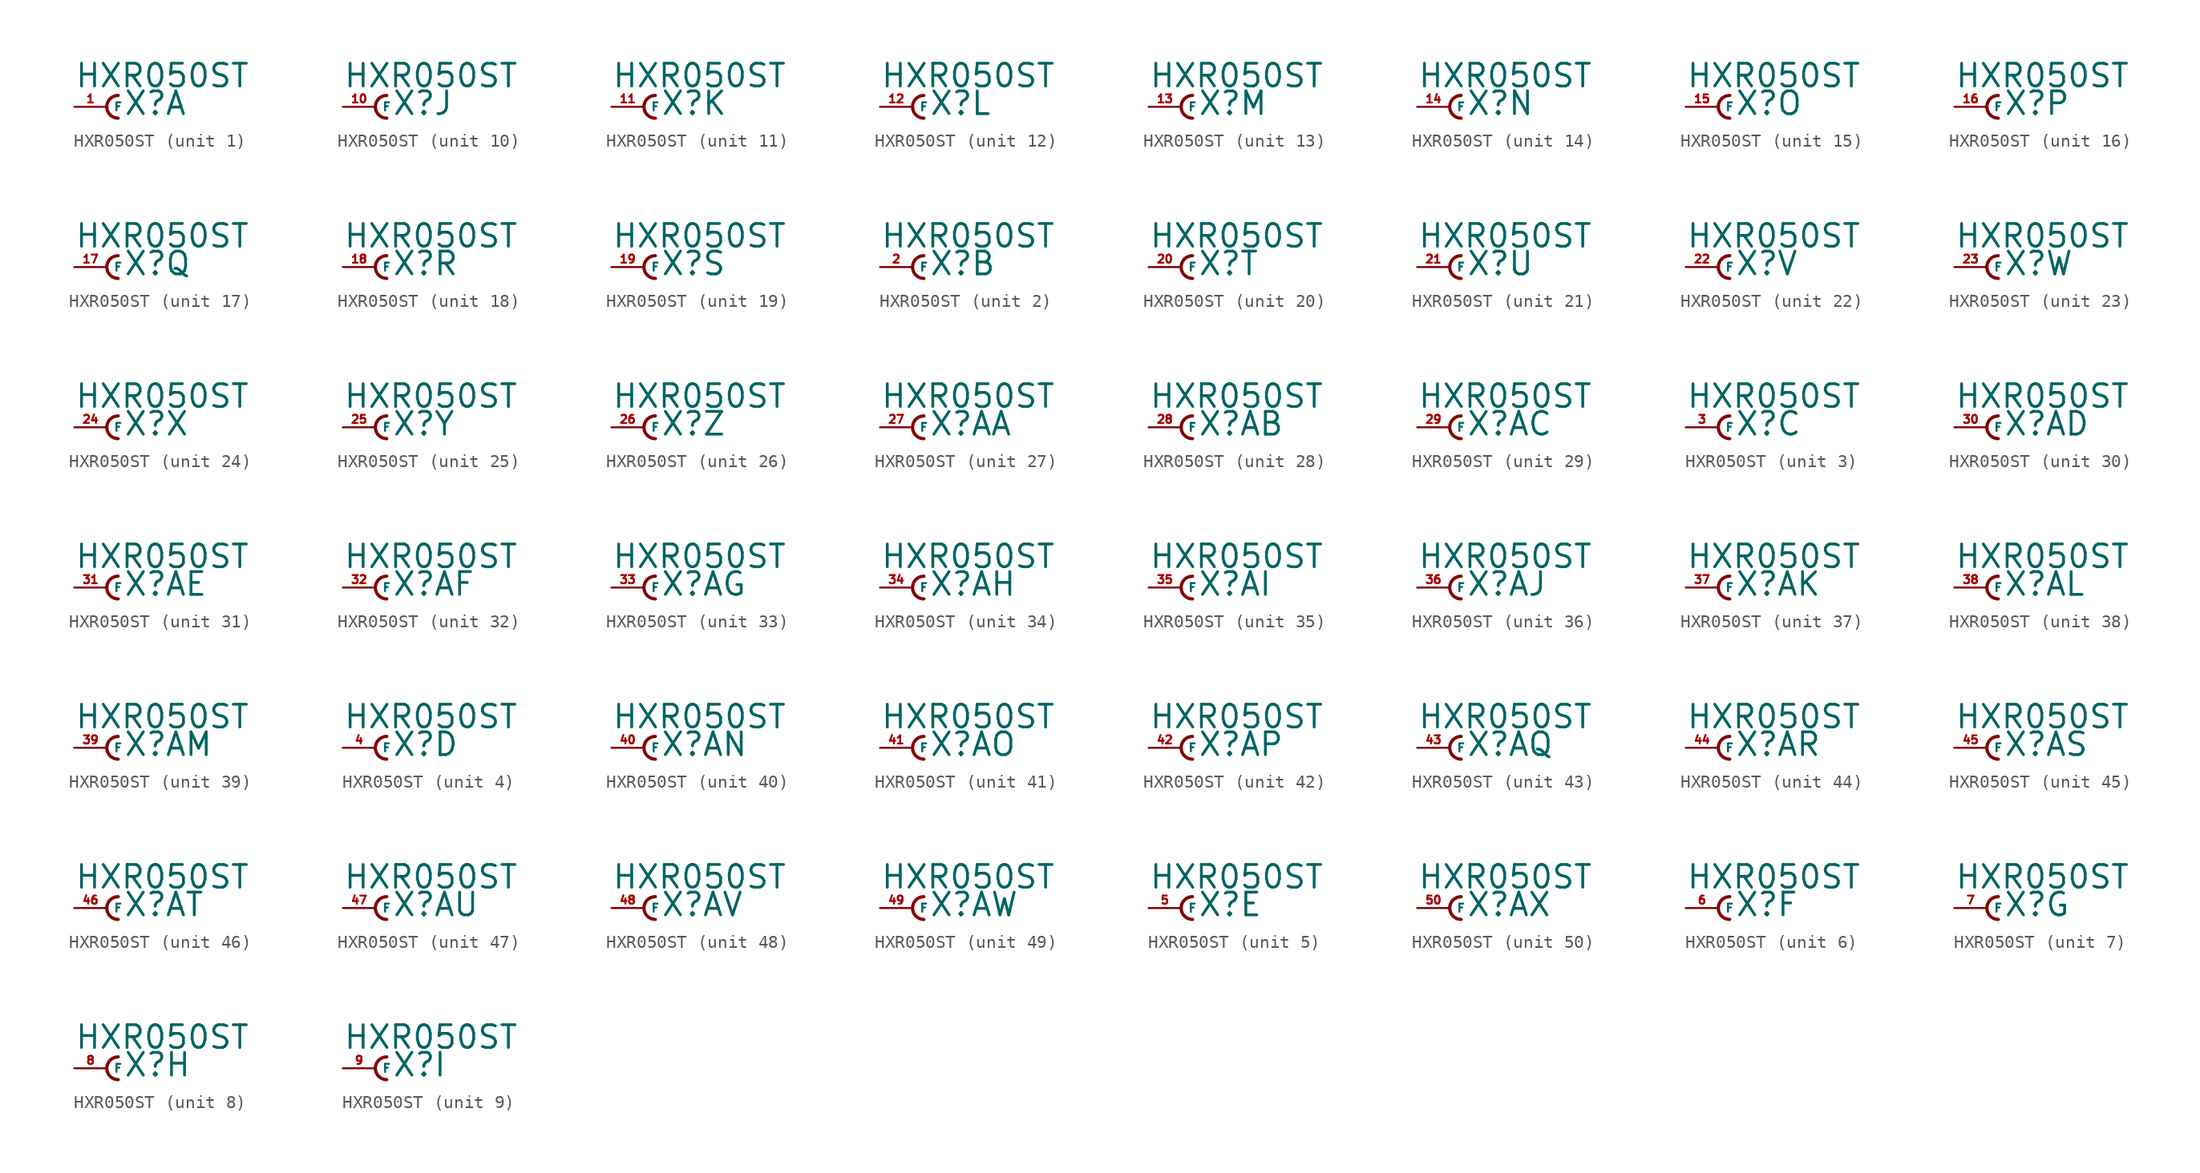
<source format=kicad_sym>
(kicad_symbol_lib
  (version 20220914)
  (generator Eagle2Kicad)
  (symbol "HXR050ST"
    (property "Reference" "X"
      (at 1.27 -0.762 0)
      (effects (font (size 1.778 1.778) (thickness 0.22)) (justify left bottom)))
    (property "Value" "HXR050ST"
      (at -2.54 1.397 0)
      (effects (font (size 1.778 1.778) (thickness 0.22)) (justify left bottom)))
    (symbol "HXR050ST_1_0"
      (arc (start 0.889 0.889) (mid 0.000 0.000) (end 0.889 -0.889) (stroke (width 0.254) (type default)) (fill (type none)))
      (pin passive line (at -2.54 0 0) (length 2.54) (name "F" (effects (font (size 0.635 0.635) (thickness 0.08)) (justify left bottom))) (number "1" (effects (font (size 0.635 0.635) (thickness 0.08)) (justify left bottom)))))
    (symbol "HXR050ST_2_0"
      (arc (start 0.889 0.889) (mid 0.000 0.000) (end 0.889 -0.889) (stroke (width 0.254) (type default)) (fill (type none)))
      (pin passive line (at -2.54 0 0) (length 2.54) (name "F" (effects (font (size 0.635 0.635) (thickness 0.08)) (justify left bottom))) (number "2" (effects (font (size 0.635 0.635) (thickness 0.08)) (justify left bottom)))))
    (symbol "HXR050ST_3_0"
      (arc (start 0.889 0.889) (mid 0.000 0.000) (end 0.889 -0.889) (stroke (width 0.254) (type default)) (fill (type none)))
      (pin passive line (at -2.54 0 0) (length 2.54) (name "F" (effects (font (size 0.635 0.635) (thickness 0.08)) (justify left bottom))) (number "3" (effects (font (size 0.635 0.635) (thickness 0.08)) (justify left bottom)))))
    (symbol "HXR050ST_4_0"
      (arc (start 0.889 0.889) (mid 0.000 0.000) (end 0.889 -0.889) (stroke (width 0.254) (type default)) (fill (type none)))
      (pin passive line (at -2.54 0 0) (length 2.54) (name "F" (effects (font (size 0.635 0.635) (thickness 0.08)) (justify left bottom))) (number "4" (effects (font (size 0.635 0.635) (thickness 0.08)) (justify left bottom)))))
    (symbol "HXR050ST_5_0"
      (arc (start 0.889 0.889) (mid 0.000 0.000) (end 0.889 -0.889) (stroke (width 0.254) (type default)) (fill (type none)))
      (pin passive line (at -2.54 0 0) (length 2.54) (name "F" (effects (font (size 0.635 0.635) (thickness 0.08)) (justify left bottom))) (number "5" (effects (font (size 0.635 0.635) (thickness 0.08)) (justify left bottom)))))
    (symbol "HXR050ST_6_0"
      (arc (start 0.889 0.889) (mid 0.000 0.000) (end 0.889 -0.889) (stroke (width 0.254) (type default)) (fill (type none)))
      (pin passive line (at -2.54 0 0) (length 2.54) (name "F" (effects (font (size 0.635 0.635) (thickness 0.08)) (justify left bottom))) (number "6" (effects (font (size 0.635 0.635) (thickness 0.08)) (justify left bottom)))))
    (symbol "HXR050ST_7_0"
      (arc (start 0.889 0.889) (mid 0.000 0.000) (end 0.889 -0.889) (stroke (width 0.254) (type default)) (fill (type none)))
      (pin passive line (at -2.54 0 0) (length 2.54) (name "F" (effects (font (size 0.635 0.635) (thickness 0.08)) (justify left bottom))) (number "7" (effects (font (size 0.635 0.635) (thickness 0.08)) (justify left bottom)))))
    (symbol "HXR050ST_8_0"
      (arc (start 0.889 0.889) (mid 0.000 0.000) (end 0.889 -0.889) (stroke (width 0.254) (type default)) (fill (type none)))
      (pin passive line (at -2.54 0 0) (length 2.54) (name "F" (effects (font (size 0.635 0.635) (thickness 0.08)) (justify left bottom))) (number "8" (effects (font (size 0.635 0.635) (thickness 0.08)) (justify left bottom)))))
    (symbol "HXR050ST_9_0"
      (arc (start 0.889 0.889) (mid 0.000 0.000) (end 0.889 -0.889) (stroke (width 0.254) (type default)) (fill (type none)))
      (pin passive line (at -2.54 0 0) (length 2.54) (name "F" (effects (font (size 0.635 0.635) (thickness 0.08)) (justify left bottom))) (number "9" (effects (font (size 0.635 0.635) (thickness 0.08)) (justify left bottom)))))
    (symbol "HXR050ST_10_0"
      (arc (start 0.889 0.889) (mid 0.000 0.000) (end 0.889 -0.889) (stroke (width 0.254) (type default)) (fill (type none)))
      (pin passive line (at -2.54 0 0) (length 2.54) (name "F" (effects (font (size 0.635 0.635) (thickness 0.08)) (justify left bottom))) (number "10" (effects (font (size 0.635 0.635) (thickness 0.08)) (justify left bottom)))))
    (symbol "HXR050ST_11_0"
      (arc (start 0.889 0.889) (mid 0.000 0.000) (end 0.889 -0.889) (stroke (width 0.254) (type default)) (fill (type none)))
      (pin passive line (at -2.54 0 0) (length 2.54) (name "F" (effects (font (size 0.635 0.635) (thickness 0.08)) (justify left bottom))) (number "11" (effects (font (size 0.635 0.635) (thickness 0.08)) (justify left bottom)))))
    (symbol "HXR050ST_12_0"
      (arc (start 0.889 0.889) (mid 0.000 0.000) (end 0.889 -0.889) (stroke (width 0.254) (type default)) (fill (type none)))
      (pin passive line (at -2.54 0 0) (length 2.54) (name "F" (effects (font (size 0.635 0.635) (thickness 0.08)) (justify left bottom))) (number "12" (effects (font (size 0.635 0.635) (thickness 0.08)) (justify left bottom)))))
    (symbol "HXR050ST_13_0"
      (arc (start 0.889 0.889) (mid 0.000 0.000) (end 0.889 -0.889) (stroke (width 0.254) (type default)) (fill (type none)))
      (pin passive line (at -2.54 0 0) (length 2.54) (name "F" (effects (font (size 0.635 0.635) (thickness 0.08)) (justify left bottom))) (number "13" (effects (font (size 0.635 0.635) (thickness 0.08)) (justify left bottom)))))
    (symbol "HXR050ST_14_0"
      (arc (start 0.889 0.889) (mid 0.000 0.000) (end 0.889 -0.889) (stroke (width 0.254) (type default)) (fill (type none)))
      (pin passive line (at -2.54 0 0) (length 2.54) (name "F" (effects (font (size 0.635 0.635) (thickness 0.08)) (justify left bottom))) (number "14" (effects (font (size 0.635 0.635) (thickness 0.08)) (justify left bottom)))))
    (symbol "HXR050ST_15_0"
      (arc (start 0.889 0.889) (mid 0.000 0.000) (end 0.889 -0.889) (stroke (width 0.254) (type default)) (fill (type none)))
      (pin passive line (at -2.54 0 0) (length 2.54) (name "F" (effects (font (size 0.635 0.635) (thickness 0.08)) (justify left bottom))) (number "15" (effects (font (size 0.635 0.635) (thickness 0.08)) (justify left bottom)))))
    (symbol "HXR050ST_16_0"
      (arc (start 0.889 0.889) (mid 0.000 0.000) (end 0.889 -0.889) (stroke (width 0.254) (type default)) (fill (type none)))
      (pin passive line (at -2.54 0 0) (length 2.54) (name "F" (effects (font (size 0.635 0.635) (thickness 0.08)) (justify left bottom))) (number "16" (effects (font (size 0.635 0.635) (thickness 0.08)) (justify left bottom)))))
    (symbol "HXR050ST_17_0"
      (arc (start 0.889 0.889) (mid 0.000 0.000) (end 0.889 -0.889) (stroke (width 0.254) (type default)) (fill (type none)))
      (pin passive line (at -2.54 0 0) (length 2.54) (name "F" (effects (font (size 0.635 0.635) (thickness 0.08)) (justify left bottom))) (number "17" (effects (font (size 0.635 0.635) (thickness 0.08)) (justify left bottom)))))
    (symbol "HXR050ST_18_0"
      (arc (start 0.889 0.889) (mid 0.000 0.000) (end 0.889 -0.889) (stroke (width 0.254) (type default)) (fill (type none)))
      (pin passive line (at -2.54 0 0) (length 2.54) (name "F" (effects (font (size 0.635 0.635) (thickness 0.08)) (justify left bottom))) (number "18" (effects (font (size 0.635 0.635) (thickness 0.08)) (justify left bottom)))))
    (symbol "HXR050ST_19_0"
      (arc (start 0.889 0.889) (mid 0.000 0.000) (end 0.889 -0.889) (stroke (width 0.254) (type default)) (fill (type none)))
      (pin passive line (at -2.54 0 0) (length 2.54) (name "F" (effects (font (size 0.635 0.635) (thickness 0.08)) (justify left bottom))) (number "19" (effects (font (size 0.635 0.635) (thickness 0.08)) (justify left bottom)))))
    (symbol "HXR050ST_20_0"
      (arc (start 0.889 0.889) (mid 0.000 0.000) (end 0.889 -0.889) (stroke (width 0.254) (type default)) (fill (type none)))
      (pin passive line (at -2.54 0 0) (length 2.54) (name "F" (effects (font (size 0.635 0.635) (thickness 0.08)) (justify left bottom))) (number "20" (effects (font (size 0.635 0.635) (thickness 0.08)) (justify left bottom)))))
    (symbol "HXR050ST_21_0"
      (arc (start 0.889 0.889) (mid 0.000 0.000) (end 0.889 -0.889) (stroke (width 0.254) (type default)) (fill (type none)))
      (pin passive line (at -2.54 0 0) (length 2.54) (name "F" (effects (font (size 0.635 0.635) (thickness 0.08)) (justify left bottom))) (number "21" (effects (font (size 0.635 0.635) (thickness 0.08)) (justify left bottom)))))
    (symbol "HXR050ST_22_0"
      (arc (start 0.889 0.889) (mid 0.000 0.000) (end 0.889 -0.889) (stroke (width 0.254) (type default)) (fill (type none)))
      (pin passive line (at -2.54 0 0) (length 2.54) (name "F" (effects (font (size 0.635 0.635) (thickness 0.08)) (justify left bottom))) (number "22" (effects (font (size 0.635 0.635) (thickness 0.08)) (justify left bottom)))))
    (symbol "HXR050ST_23_0"
      (arc (start 0.889 0.889) (mid 0.000 0.000) (end 0.889 -0.889) (stroke (width 0.254) (type default)) (fill (type none)))
      (pin passive line (at -2.54 0 0) (length 2.54) (name "F" (effects (font (size 0.635 0.635) (thickness 0.08)) (justify left bottom))) (number "23" (effects (font (size 0.635 0.635) (thickness 0.08)) (justify left bottom)))))
    (symbol "HXR050ST_24_0"
      (arc (start 0.889 0.889) (mid 0.000 0.000) (end 0.889 -0.889) (stroke (width 0.254) (type default)) (fill (type none)))
      (pin passive line (at -2.54 0 0) (length 2.54) (name "F" (effects (font (size 0.635 0.635) (thickness 0.08)) (justify left bottom))) (number "24" (effects (font (size 0.635 0.635) (thickness 0.08)) (justify left bottom)))))
    (symbol "HXR050ST_25_0"
      (arc (start 0.889 0.889) (mid 0.000 0.000) (end 0.889 -0.889) (stroke (width 0.254) (type default)) (fill (type none)))
      (pin passive line (at -2.54 0 0) (length 2.54) (name "F" (effects (font (size 0.635 0.635) (thickness 0.08)) (justify left bottom))) (number "25" (effects (font (size 0.635 0.635) (thickness 0.08)) (justify left bottom)))))
    (symbol "HXR050ST_26_0"
      (arc (start 0.889 0.889) (mid 0.000 0.000) (end 0.889 -0.889) (stroke (width 0.254) (type default)) (fill (type none)))
      (pin passive line (at -2.54 0 0) (length 2.54) (name "F" (effects (font (size 0.635 0.635) (thickness 0.08)) (justify left bottom))) (number "26" (effects (font (size 0.635 0.635) (thickness 0.08)) (justify left bottom)))))
    (symbol "HXR050ST_27_0"
      (arc (start 0.889 0.889) (mid 0.000 0.000) (end 0.889 -0.889) (stroke (width 0.254) (type default)) (fill (type none)))
      (pin passive line (at -2.54 0 0) (length 2.54) (name "F" (effects (font (size 0.635 0.635) (thickness 0.08)) (justify left bottom))) (number "27" (effects (font (size 0.635 0.635) (thickness 0.08)) (justify left bottom)))))
    (symbol "HXR050ST_28_0"
      (arc (start 0.889 0.889) (mid 0.000 0.000) (end 0.889 -0.889) (stroke (width 0.254) (type default)) (fill (type none)))
      (pin passive line (at -2.54 0 0) (length 2.54) (name "F" (effects (font (size 0.635 0.635) (thickness 0.08)) (justify left bottom))) (number "28" (effects (font (size 0.635 0.635) (thickness 0.08)) (justify left bottom)))))
    (symbol "HXR050ST_29_0"
      (arc (start 0.889 0.889) (mid 0.000 0.000) (end 0.889 -0.889) (stroke (width 0.254) (type default)) (fill (type none)))
      (pin passive line (at -2.54 0 0) (length 2.54) (name "F" (effects (font (size 0.635 0.635) (thickness 0.08)) (justify left bottom))) (number "29" (effects (font (size 0.635 0.635) (thickness 0.08)) (justify left bottom)))))
    (symbol "HXR050ST_30_0"
      (arc (start 0.889 0.889) (mid 0.000 0.000) (end 0.889 -0.889) (stroke (width 0.254) (type default)) (fill (type none)))
      (pin passive line (at -2.54 0 0) (length 2.54) (name "F" (effects (font (size 0.635 0.635) (thickness 0.08)) (justify left bottom))) (number "30" (effects (font (size 0.635 0.635) (thickness 0.08)) (justify left bottom)))))
    (symbol "HXR050ST_31_0"
      (arc (start 0.889 0.889) (mid 0.000 0.000) (end 0.889 -0.889) (stroke (width 0.254) (type default)) (fill (type none)))
      (pin passive line (at -2.54 0 0) (length 2.54) (name "F" (effects (font (size 0.635 0.635) (thickness 0.08)) (justify left bottom))) (number "31" (effects (font (size 0.635 0.635) (thickness 0.08)) (justify left bottom)))))
    (symbol "HXR050ST_32_0"
      (arc (start 0.889 0.889) (mid 0.000 0.000) (end 0.889 -0.889) (stroke (width 0.254) (type default)) (fill (type none)))
      (pin passive line (at -2.54 0 0) (length 2.54) (name "F" (effects (font (size 0.635 0.635) (thickness 0.08)) (justify left bottom))) (number "32" (effects (font (size 0.635 0.635) (thickness 0.08)) (justify left bottom)))))
    (symbol "HXR050ST_33_0"
      (arc (start 0.889 0.889) (mid 0.000 0.000) (end 0.889 -0.889) (stroke (width 0.254) (type default)) (fill (type none)))
      (pin passive line (at -2.54 0 0) (length 2.54) (name "F" (effects (font (size 0.635 0.635) (thickness 0.08)) (justify left bottom))) (number "33" (effects (font (size 0.635 0.635) (thickness 0.08)) (justify left bottom)))))
    (symbol "HXR050ST_34_0"
      (arc (start 0.889 0.889) (mid 0.000 0.000) (end 0.889 -0.889) (stroke (width 0.254) (type default)) (fill (type none)))
      (pin passive line (at -2.54 0 0) (length 2.54) (name "F" (effects (font (size 0.635 0.635) (thickness 0.08)) (justify left bottom))) (number "34" (effects (font (size 0.635 0.635) (thickness 0.08)) (justify left bottom)))))
    (symbol "HXR050ST_35_0"
      (arc (start 0.889 0.889) (mid 0.000 0.000) (end 0.889 -0.889) (stroke (width 0.254) (type default)) (fill (type none)))
      (pin passive line (at -2.54 0 0) (length 2.54) (name "F" (effects (font (size 0.635 0.635) (thickness 0.08)) (justify left bottom))) (number "35" (effects (font (size 0.635 0.635) (thickness 0.08)) (justify left bottom)))))
    (symbol "HXR050ST_36_0"
      (arc (start 0.889 0.889) (mid 0.000 0.000) (end 0.889 -0.889) (stroke (width 0.254) (type default)) (fill (type none)))
      (pin passive line (at -2.54 0 0) (length 2.54) (name "F" (effects (font (size 0.635 0.635) (thickness 0.08)) (justify left bottom))) (number "36" (effects (font (size 0.635 0.635) (thickness 0.08)) (justify left bottom)))))
    (symbol "HXR050ST_37_0"
      (arc (start 0.889 0.889) (mid 0.000 0.000) (end 0.889 -0.889) (stroke (width 0.254) (type default)) (fill (type none)))
      (pin passive line (at -2.54 0 0) (length 2.54) (name "F" (effects (font (size 0.635 0.635) (thickness 0.08)) (justify left bottom))) (number "37" (effects (font (size 0.635 0.635) (thickness 0.08)) (justify left bottom)))))
    (symbol "HXR050ST_38_0"
      (arc (start 0.889 0.889) (mid 0.000 0.000) (end 0.889 -0.889) (stroke (width 0.254) (type default)) (fill (type none)))
      (pin passive line (at -2.54 0 0) (length 2.54) (name "F" (effects (font (size 0.635 0.635) (thickness 0.08)) (justify left bottom))) (number "38" (effects (font (size 0.635 0.635) (thickness 0.08)) (justify left bottom)))))
    (symbol "HXR050ST_39_0"
      (arc (start 0.889 0.889) (mid 0.000 0.000) (end 0.889 -0.889) (stroke (width 0.254) (type default)) (fill (type none)))
      (pin passive line (at -2.54 0 0) (length 2.54) (name "F" (effects (font (size 0.635 0.635) (thickness 0.08)) (justify left bottom))) (number "39" (effects (font (size 0.635 0.635) (thickness 0.08)) (justify left bottom)))))
    (symbol "HXR050ST_40_0"
      (arc (start 0.889 0.889) (mid 0.000 0.000) (end 0.889 -0.889) (stroke (width 0.254) (type default)) (fill (type none)))
      (pin passive line (at -2.54 0 0) (length 2.54) (name "F" (effects (font (size 0.635 0.635) (thickness 0.08)) (justify left bottom))) (number "40" (effects (font (size 0.635 0.635) (thickness 0.08)) (justify left bottom)))))
    (symbol "HXR050ST_41_0"
      (arc (start 0.889 0.889) (mid 0.000 0.000) (end 0.889 -0.889) (stroke (width 0.254) (type default)) (fill (type none)))
      (pin passive line (at -2.54 0 0) (length 2.54) (name "F" (effects (font (size 0.635 0.635) (thickness 0.08)) (justify left bottom))) (number "41" (effects (font (size 0.635 0.635) (thickness 0.08)) (justify left bottom)))))
    (symbol "HXR050ST_42_0"
      (arc (start 0.889 0.889) (mid 0.000 0.000) (end 0.889 -0.889) (stroke (width 0.254) (type default)) (fill (type none)))
      (pin passive line (at -2.54 0 0) (length 2.54) (name "F" (effects (font (size 0.635 0.635) (thickness 0.08)) (justify left bottom))) (number "42" (effects (font (size 0.635 0.635) (thickness 0.08)) (justify left bottom)))))
    (symbol "HXR050ST_43_0"
      (arc (start 0.889 0.889) (mid 0.000 0.000) (end 0.889 -0.889) (stroke (width 0.254) (type default)) (fill (type none)))
      (pin passive line (at -2.54 0 0) (length 2.54) (name "F" (effects (font (size 0.635 0.635) (thickness 0.08)) (justify left bottom))) (number "43" (effects (font (size 0.635 0.635) (thickness 0.08)) (justify left bottom)))))
    (symbol "HXR050ST_44_0"
      (arc (start 0.889 0.889) (mid 0.000 0.000) (end 0.889 -0.889) (stroke (width 0.254) (type default)) (fill (type none)))
      (pin passive line (at -2.54 0 0) (length 2.54) (name "F" (effects (font (size 0.635 0.635) (thickness 0.08)) (justify left bottom))) (number "44" (effects (font (size 0.635 0.635) (thickness 0.08)) (justify left bottom)))))
    (symbol "HXR050ST_45_0"
      (arc (start 0.889 0.889) (mid 0.000 0.000) (end 0.889 -0.889) (stroke (width 0.254) (type default)) (fill (type none)))
      (pin passive line (at -2.54 0 0) (length 2.54) (name "F" (effects (font (size 0.635 0.635) (thickness 0.08)) (justify left bottom))) (number "45" (effects (font (size 0.635 0.635) (thickness 0.08)) (justify left bottom)))))
    (symbol "HXR050ST_46_0"
      (arc (start 0.889 0.889) (mid 0.000 0.000) (end 0.889 -0.889) (stroke (width 0.254) (type default)) (fill (type none)))
      (pin passive line (at -2.54 0 0) (length 2.54) (name "F" (effects (font (size 0.635 0.635) (thickness 0.08)) (justify left bottom))) (number "46" (effects (font (size 0.635 0.635) (thickness 0.08)) (justify left bottom)))))
    (symbol "HXR050ST_47_0"
      (arc (start 0.889 0.889) (mid 0.000 0.000) (end 0.889 -0.889) (stroke (width 0.254) (type default)) (fill (type none)))
      (pin passive line (at -2.54 0 0) (length 2.54) (name "F" (effects (font (size 0.635 0.635) (thickness 0.08)) (justify left bottom))) (number "47" (effects (font (size 0.635 0.635) (thickness 0.08)) (justify left bottom)))))
    (symbol "HXR050ST_48_0"
      (arc (start 0.889 0.889) (mid 0.000 0.000) (end 0.889 -0.889) (stroke (width 0.254) (type default)) (fill (type none)))
      (pin passive line (at -2.54 0 0) (length 2.54) (name "F" (effects (font (size 0.635 0.635) (thickness 0.08)) (justify left bottom))) (number "48" (effects (font (size 0.635 0.635) (thickness 0.08)) (justify left bottom)))))
    (symbol "HXR050ST_49_0"
      (arc (start 0.889 0.889) (mid 0.000 0.000) (end 0.889 -0.889) (stroke (width 0.254) (type default)) (fill (type none)))
      (pin passive line (at -2.54 0 0) (length 2.54) (name "F" (effects (font (size 0.635 0.635) (thickness 0.08)) (justify left bottom))) (number "49" (effects (font (size 0.635 0.635) (thickness 0.08)) (justify left bottom)))))
    (symbol "HXR050ST_50_0"
      (arc (start 0.889 0.889) (mid 0.000 0.000) (end 0.889 -0.889) (stroke (width 0.254) (type default)) (fill (type none)))
      (pin passive line (at -2.54 0 0) (length 2.54) (name "F" (effects (font (size 0.635 0.635) (thickness 0.08)) (justify left bottom))) (number "50" (effects (font (size 0.635 0.635) (thickness 0.08)) (justify left bottom)))))))
</source>
